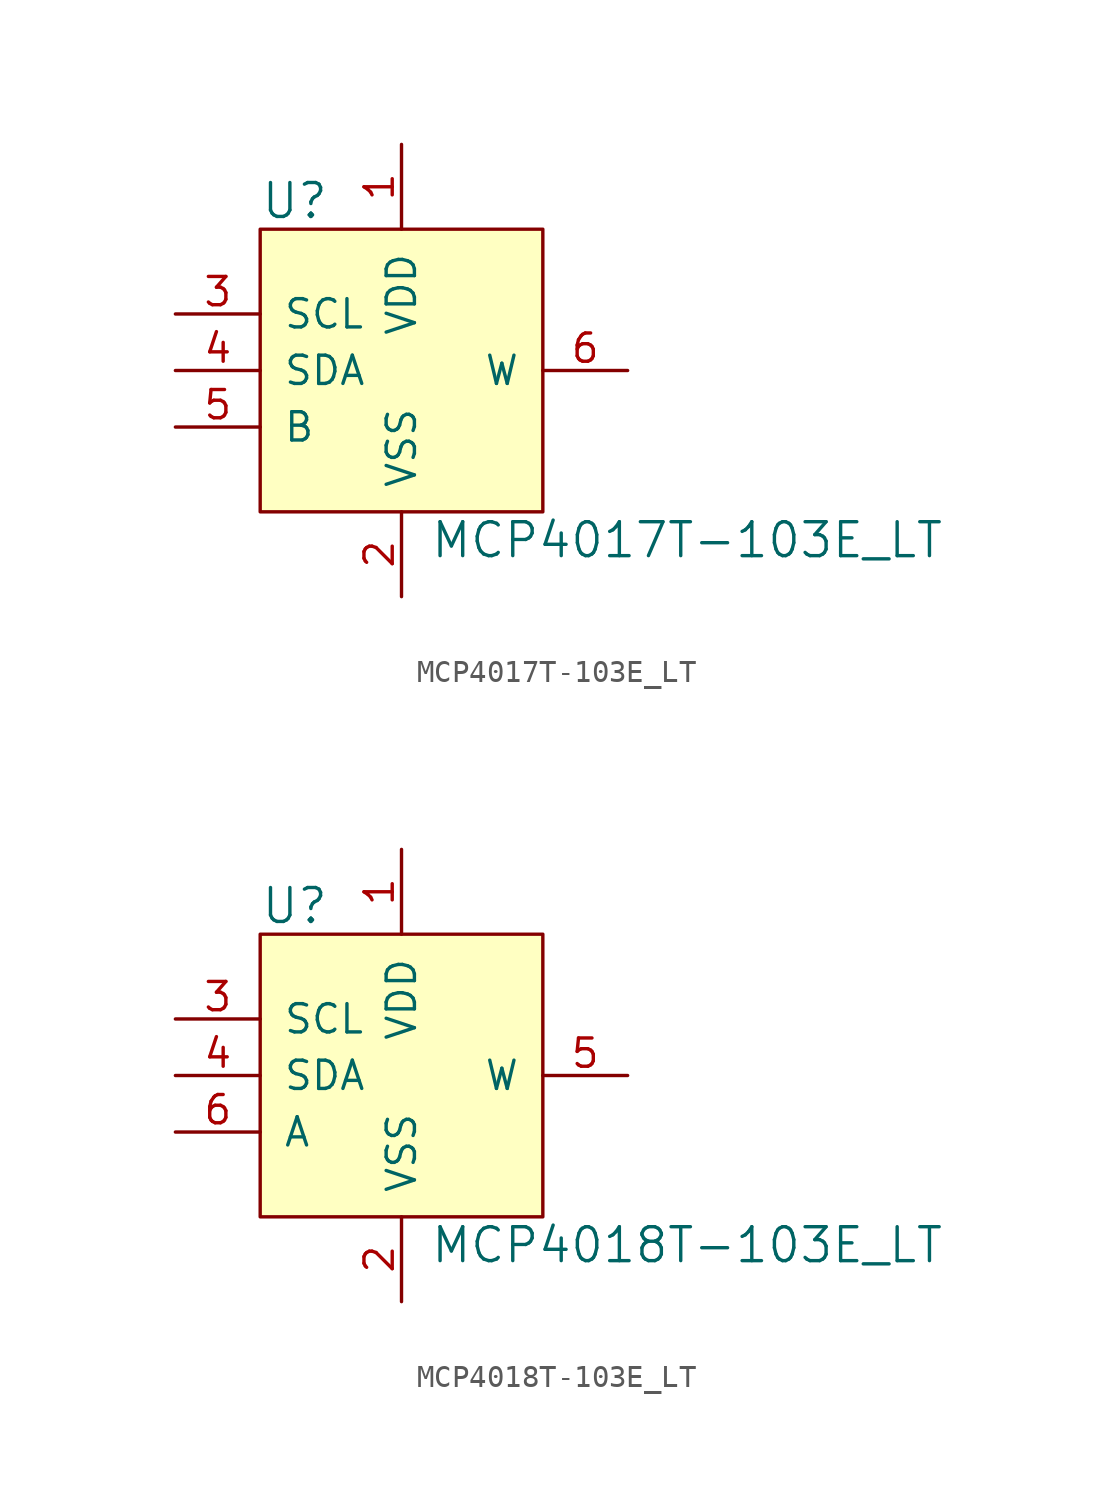
<source format=kicad_sym>
(kicad_symbol_lib
  (version 20201005)
  (generator kicad_symbol_editor)
  (symbol "MCP4017T-103E_LT"
    (pin_names
      (offset 1.016))
    (property "Reference" "U"
      (at -6.35 7.62 0)
      (effects (font (size 1.524 1.524)) (justify left)))
    (property "Value" "MCP4017T-103E_LT"
      (at 1.27 -7.62 0)
      (effects (font (size 1.524 1.524)) (justify left)))
    (symbol "MCP4017T-103E_LT_0_1"
      (rectangle (start -6.35 6.35) (end 6.35 -6.35) (stroke (width 0)) (fill (type background))))
    (symbol "MCP4017T-103E_LT_1_1"
      (pin power_in line (at 0 10.16 270) (length 3.81) (name "VDD" (effects (font (size 1.27 1.27)))) (number "1" (effects (font (size 1.27 1.27)))))
      (pin power_in line (at 0 -10.16 90) (length 3.81) (name "VSS" (effects (font (size 1.27 1.27)))) (number "2" (effects (font (size 1.27 1.27)))))
      (pin input line (at -10.16 2.54 0) (length 3.81) (name "SCL" (effects (font (size 1.27 1.27)))) (number "3" (effects (font (size 1.27 1.27)))))
      (pin bidirectional line (at -10.16 0 0) (length 3.81) (name "SDA" (effects (font (size 1.27 1.27)))) (number "4" (effects (font (size 1.27 1.27)))))
      (pin input line (at -10.16 -2.54 0) (length 3.81) (name "B" (effects (font (size 1.27 1.27)))) (number "5" (effects (font (size 1.27 1.27)))))
      (pin output line (at 10.16 0 180) (length 3.81) (name "W" (effects (font (size 1.27 1.27)))) (number "6" (effects (font (size 1.27 1.27)))))))
  (symbol "MCP4018T-103E_LT"
    (pin_names
      (offset 1.016))
    (property "Reference" "U"
      (at -6.35 7.62 0)
      (effects (font (size 1.524 1.524)) (justify left)))
    (property "Value" "MCP4018T-103E_LT"
      (at 1.27 -7.62 0)
      (effects (font (size 1.524 1.524)) (justify left)))
    (symbol "MCP4018T-103E_LT_0_1"
      (rectangle (start -6.35 6.35) (end 6.35 -6.35) (stroke (width 0)) (fill (type background))))
    (symbol "MCP4018T-103E_LT_1_1"
      (pin power_in line (at 0 10.16 270) (length 3.81) (name "VDD" (effects (font (size 1.27 1.27)))) (number "1" (effects (font (size 1.27 1.27)))))
      (pin power_in line (at 0 -10.16 90) (length 3.81) (name "VSS" (effects (font (size 1.27 1.27)))) (number "2" (effects (font (size 1.27 1.27)))))
      (pin input line (at -10.16 2.54 0) (length 3.81) (name "SCL" (effects (font (size 1.27 1.27)))) (number "3" (effects (font (size 1.27 1.27)))))
      (pin bidirectional line (at -10.16 0 0) (length 3.81) (name "SDA" (effects (font (size 1.27 1.27)))) (number "4" (effects (font (size 1.27 1.27)))))
      (pin output line (at 10.16 0 180) (length 3.81) (name "W" (effects (font (size 1.27 1.27)))) (number "5" (effects (font (size 1.27 1.27)))))
      (pin input line (at -10.16 -2.54 0) (length 3.81) (name "A" (effects (font (size 1.27 1.27)))) (number "6" (effects (font (size 1.27 1.27))))))))
</source>
